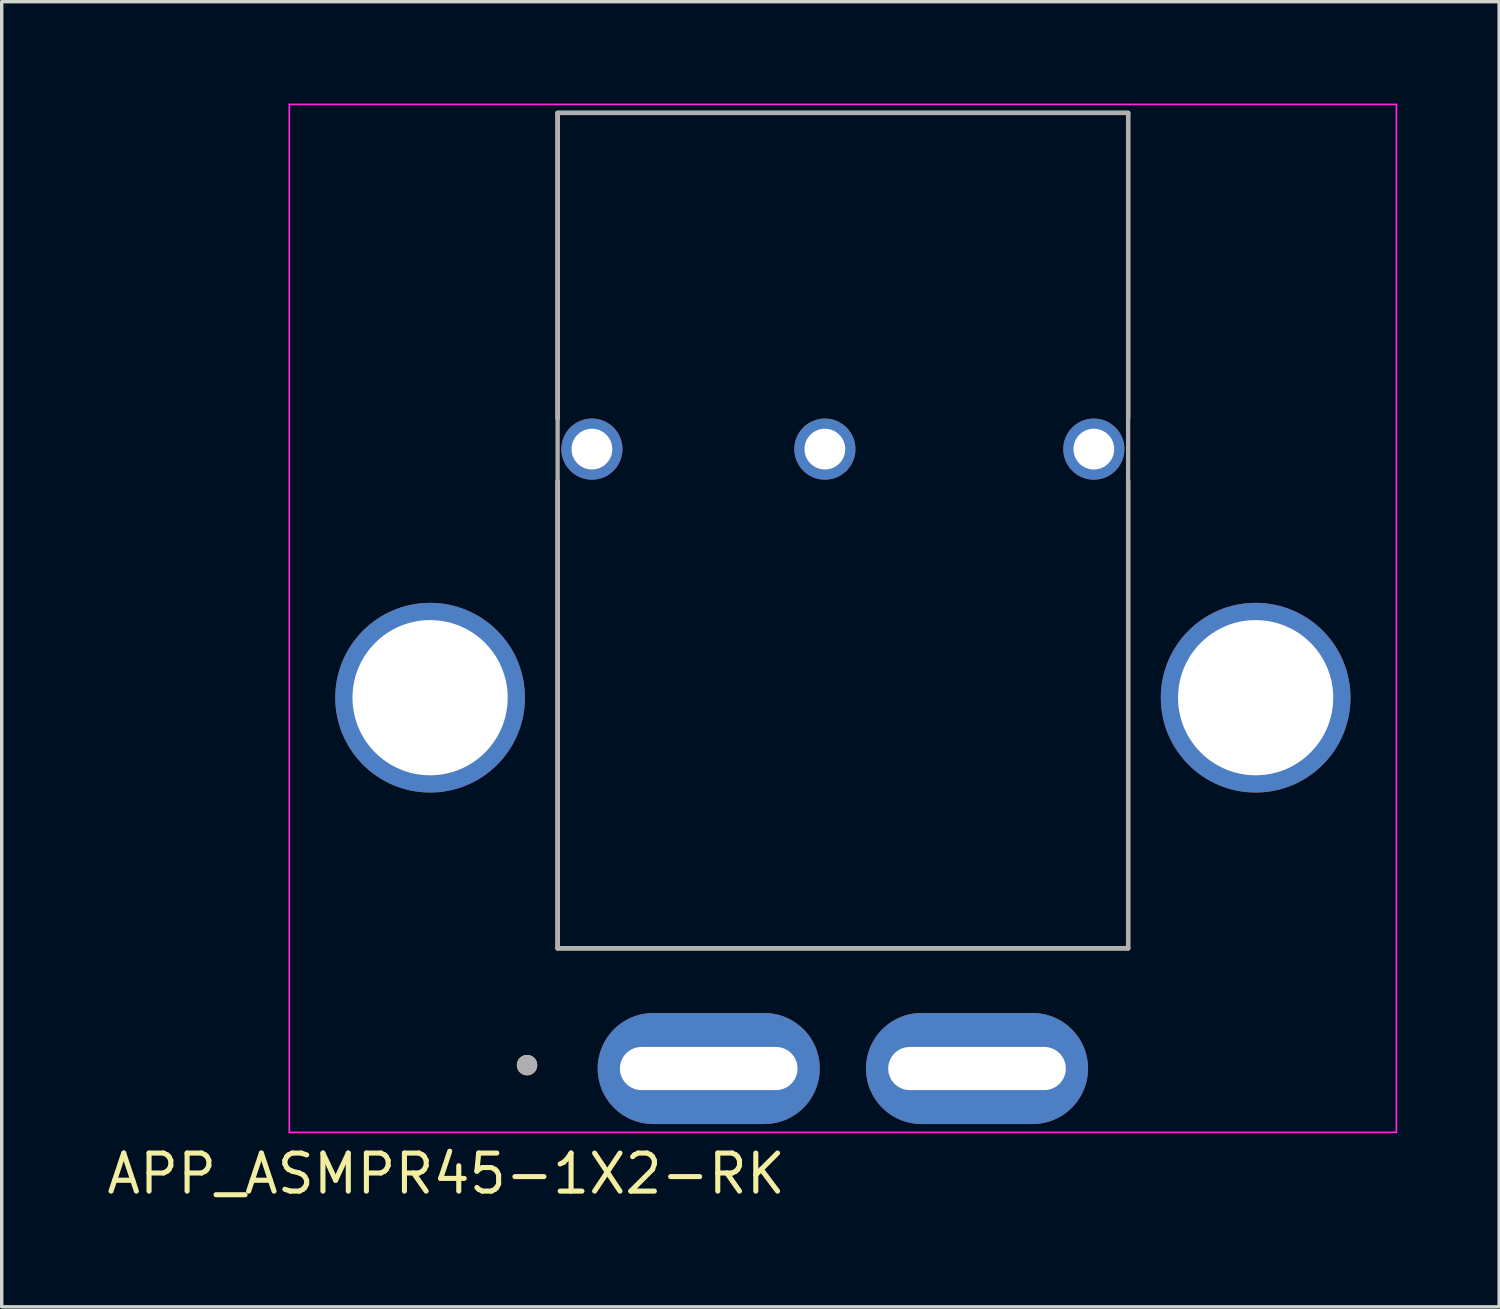
<source format=kicad_pcb>
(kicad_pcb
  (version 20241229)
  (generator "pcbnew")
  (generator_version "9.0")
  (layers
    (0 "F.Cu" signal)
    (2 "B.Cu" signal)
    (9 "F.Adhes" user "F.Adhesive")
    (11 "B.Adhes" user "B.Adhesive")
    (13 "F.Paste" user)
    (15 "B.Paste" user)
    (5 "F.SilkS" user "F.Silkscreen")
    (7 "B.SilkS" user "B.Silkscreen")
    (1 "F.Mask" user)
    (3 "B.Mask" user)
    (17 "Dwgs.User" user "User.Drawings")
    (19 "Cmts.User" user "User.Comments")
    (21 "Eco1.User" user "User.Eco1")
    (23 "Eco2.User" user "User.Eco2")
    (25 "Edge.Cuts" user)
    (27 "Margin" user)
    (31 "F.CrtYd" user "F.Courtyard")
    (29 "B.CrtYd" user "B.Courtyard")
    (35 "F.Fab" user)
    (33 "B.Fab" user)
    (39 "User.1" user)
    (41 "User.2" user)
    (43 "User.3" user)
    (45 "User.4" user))
  (footprint "APP_ASMPR45-1X2-RK"
    (layer "F.Cu")
    (at 17.82 28.415)
    (property "Reference" "APP_ASMPR45-1X2-RK" (at -7.734 3.099 0) (layer "F.SilkS") (effects (font (size 1.12 1.12) (thickness 0.15))))
    (attr through_hole)
    (fp_line (start -4.45 -28.14) (end 12.35 -28.14) (stroke (width 0.127) (type solid)) (layer "F.SilkS"))
    (fp_line (start -4.45 -19.15) (end -4.45 -28.14) (stroke (width 0.127) (type solid)) (layer "F.SilkS"))
    (fp_line (start -4.45 -3.54) (end -4.45 -17.3) (stroke (width 0.127) (type solid)) (layer "F.SilkS"))
    (fp_line (start 12.35 -19.15) (end 12.35 -28.14) (stroke (width 0.127) (type solid)) (layer "F.SilkS"))
    (fp_line (start 12.35 -3.54) (end -4.45 -3.54) (stroke (width 0.127) (type solid)) (layer "F.SilkS"))
    (fp_line (start 12.35 -3.54) (end 12.35 -17.3) (stroke (width 0.127) (type solid)) (layer "F.SilkS"))
    (fp_circle (center -5.35 -0.1) (end -5.2 -0.1) (stroke (width 0.3) (type solid)) (fill no) (layer "F.SilkS"))
    (fp_line (start -12.35 -28.39) (end 20.25 -28.39) (stroke (width 0.05) (type solid)) (layer "F.CrtYd"))
    (fp_line (start -12.35 1.88) (end -12.35 -28.39) (stroke (width 0.05) (type solid)) (layer "F.CrtYd"))
    (fp_line (start 20.25 -28.39) (end 20.25 1.88) (stroke (width 0.05) (type solid)) (layer "F.CrtYd"))
    (fp_line (start 20.25 1.88) (end -12.35 1.88) (stroke (width 0.05) (type solid)) (layer "F.CrtYd"))
    (fp_line (start -4.45 -28.14) (end 12.35 -28.14) (stroke (width 0.127) (type solid)) (layer "F.Fab"))
    (fp_line (start -4.45 -3.54) (end -4.45 -28.14) (stroke (width 0.127) (type solid)) (layer "F.Fab"))
    (fp_line (start 12.35 -28.14) (end 12.35 -3.54) (stroke (width 0.127) (type solid)) (layer "F.Fab"))
    (fp_line (start 12.35 -3.54) (end -4.45 -3.54) (stroke (width 0.127) (type solid)) (layer "F.Fab"))
    (fp_circle (center -5.35 -0.1) (end -5.2 -0.1) (stroke (width 0.3) (type solid)) (fill no) (layer "F.Fab"))
    (pad "1" thru_hole oval (at 0 0) (size 6.54 3.27) (drill oval 5.23 1.27) (layers "*.Cu" "*.Mask"))
    (pad "2" thru_hole oval (at 7.9 0) (size 6.54 3.27) (drill oval 5.23 1.27) (layers "*.Cu" "*.Mask"))
    (pad "P1" thru_hole circle (at -8.205 -10.92) (size 5.586 5.586) (drill 4.57) (layers "*.Cu" "*.Mask"))
    (pad "P2" thru_hole circle (at 16.105 -10.92) (size 5.586 5.586) (drill 4.57) (layers "*.Cu" "*.Mask"))
    (pad "P3" thru_hole circle (at -3.44 -18.24) (size 1.8 1.8) (drill 1.2) (layers "*.Cu" "*.Mask"))
    (pad "P4" thru_hole circle (at 11.34 -18.24) (size 1.8 1.8) (drill 1.2) (layers "*.Cu" "*.Mask"))
    (pad "P5" thru_hole circle (at 3.42 -18.24) (size 1.8 1.8) (drill 1.2) (layers "*.Cu" "*.Mask")))
  (gr_rect
    (start -3 -3)
    (end 41.095 35.432)
    (stroke (width 0.1) (type default))
    (fill no)
    (layer "Edge.Cuts")))
</source>
